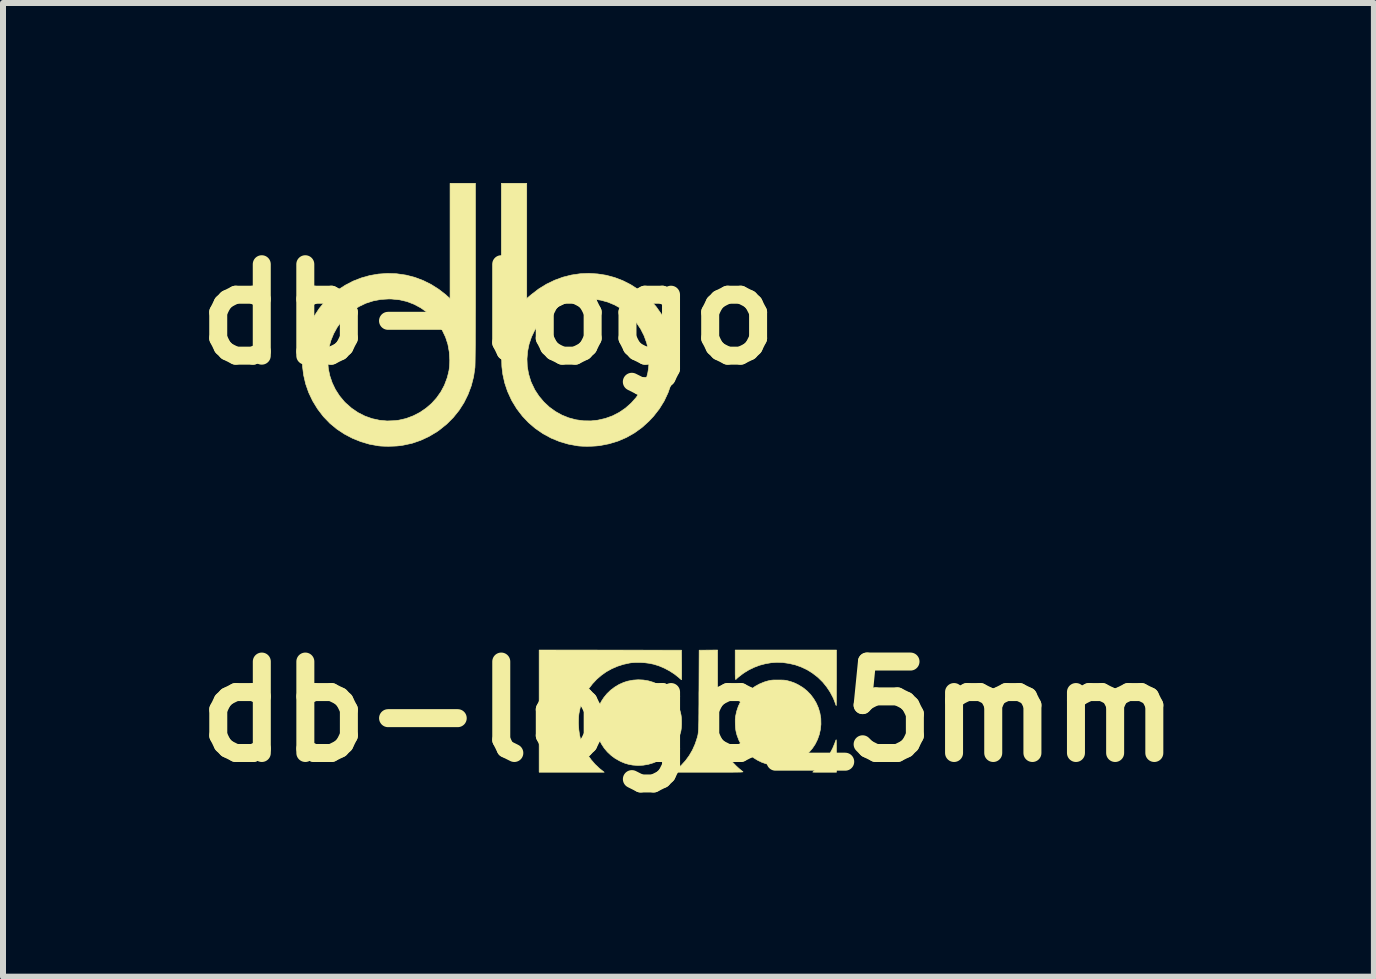
<source format=kicad_pcb>
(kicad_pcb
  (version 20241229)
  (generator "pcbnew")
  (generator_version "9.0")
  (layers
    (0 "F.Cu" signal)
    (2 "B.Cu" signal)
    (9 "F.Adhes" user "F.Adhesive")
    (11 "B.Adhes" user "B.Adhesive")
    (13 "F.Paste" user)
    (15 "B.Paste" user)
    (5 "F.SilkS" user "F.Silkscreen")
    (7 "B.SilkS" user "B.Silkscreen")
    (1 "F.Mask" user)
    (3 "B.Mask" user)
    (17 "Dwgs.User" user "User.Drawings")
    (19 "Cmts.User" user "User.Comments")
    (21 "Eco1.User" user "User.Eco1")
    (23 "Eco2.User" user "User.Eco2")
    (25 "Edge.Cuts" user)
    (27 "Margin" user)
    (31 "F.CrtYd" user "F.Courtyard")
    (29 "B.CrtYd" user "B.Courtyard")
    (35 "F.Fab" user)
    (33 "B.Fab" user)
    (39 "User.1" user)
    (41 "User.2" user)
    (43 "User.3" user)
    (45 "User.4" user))
  (footprint "db-logo_5mm"
    (layer "F.Cu")
    (at 8.426 8.812)
    (property "Reference" "db-logo_5mm" (at 0 0 0) (layer "F.SilkS") (effects (font (size 1.524 1.524) (thickness 0.3))))
    (attr through_hole)
    (fp_poly (pts (xy 2.463 0.474) (xy 2.464 0.49) (xy 2.465 0.514) (xy 2.465 0.547) (xy 2.466 0.587) (xy 2.466 0.632) (xy 2.467 0.683) (xy 2.467 0.737) (xy 2.467 0.739) (xy 2.467 1.01) (xy 2.269 1.01) (xy 2.223 1.01) (xy 2.181 1.01) (xy 2.144 1.01) (xy 2.113 1.01) (xy 2.09 1.009) (xy 2.076 1.009) (xy 2.072 1.008) (xy 2.076 1.004) (xy 2.087 0.995) (xy 2.103 0.982) (xy 2.117 0.971) (xy 2.186 0.912) (xy 2.25 0.845) (xy 2.309 0.771) (xy 2.36 0.694) (xy 2.403 0.613) (xy 2.437 0.532) (xy 2.442 0.518) (xy 2.449 0.496) (xy 2.456 0.48) (xy 2.461 0.47) (xy 2.462 0.469) (xy 2.463 0.474)) (stroke (width 0.01) (type solid)) (fill yes) (layer "F.SilkS"))
    (fp_poly (pts (xy -1.302 -1.026) (xy -0.116 -1.024) (xy -0.114 -0.778) (xy -0.114 -0.726) (xy -0.114 -0.678) (xy -0.114 -0.635) (xy -0.114 -0.598) (xy -0.115 -0.568) (xy -0.115 -0.546) (xy -0.116 -0.533) (xy -0.116 -0.531) (xy -0.121 -0.534) (xy -0.133 -0.544) (xy -0.149 -0.557) (xy -0.158 -0.566) (xy -0.231 -0.624) (xy -0.312 -0.677) (xy -0.398 -0.723) (xy -0.487 -0.761) (xy -0.575 -0.789) (xy -0.579 -0.79) (xy -0.65 -0.805) (xy -0.726 -0.815) (xy -0.804 -0.82) (xy -0.88 -0.82) (xy -0.952 -0.815) (xy -0.979 -0.811) (xy -1.085 -0.788) (xy -1.185 -0.756) (xy -1.281 -0.714) (xy -1.371 -0.664) (xy -1.454 -0.605) (xy -1.531 -0.538) (xy -1.601 -0.463) (xy -1.663 -0.382) (xy -1.716 -0.294) (xy -1.76 -0.2) (xy -1.795 -0.101) (xy -1.806 -0.061) (xy -1.817 -0.011) (xy -1.826 0.036) (xy -1.831 0.083) (xy -1.833 0.132) (xy -1.834 0.189) (xy -1.833 0.216) (xy -1.828 0.301) (xy -1.817 0.38) (xy -1.801 0.453) (xy -1.777 0.526) (xy -1.746 0.599) (xy -1.729 0.634) (xy -1.679 0.723) (xy -1.622 0.803) (xy -1.557 0.878) (xy -1.484 0.947) (xy -1.449 0.975) (xy -1.405 1.01) (xy -2.489 1.01) (xy -2.489 -1.027) (xy -1.302 -1.026)) (stroke (width 0.01) (type solid)) (fill yes) (layer "F.SilkS"))
    (fp_poly (pts (xy 2.467 -0.564) (xy 2.467 -0.493) (xy 2.466 -0.425) (xy 2.466 -0.362) (xy 2.466 -0.303) (xy 2.466 -0.25) (xy 2.466 -0.204) (xy 2.465 -0.166) (xy 2.465 -0.135) (xy 2.464 -0.114) (xy 2.464 -0.103) (xy 2.464 -0.102) (xy 2.459 -0.106) (xy 2.458 -0.109) (xy 2.445 -0.146) (xy 2.434 -0.176) (xy 2.425 -0.199) (xy 2.417 -0.218) (xy 2.409 -0.236) (xy 2.409 -0.236) (xy 2.36 -0.328) (xy 2.303 -0.413) (xy 2.239 -0.492) (xy 2.168 -0.562) (xy 2.148 -0.58) (xy 2.063 -0.645) (xy 1.974 -0.7) (xy 1.88 -0.744) (xy 1.782 -0.779) (xy 1.679 -0.803) (xy 1.57 -0.819) (xy 1.566 -0.819) (xy 1.472 -0.822) (xy 1.377 -0.815) (xy 1.28 -0.798) (xy 1.185 -0.773) (xy 1.093 -0.738) (xy 1.005 -0.695) (xy 0.933 -0.651) (xy 0.907 -0.633) (xy 0.879 -0.612) (xy 0.852 -0.591) (xy 0.827 -0.571) (xy 0.808 -0.554) (xy 0.802 -0.548) (xy 0.796 -0.542) (xy 0.792 -0.538) (xy 0.788 -0.536) (xy 0.785 -0.538) (xy 0.783 -0.543) (xy 0.781 -0.554) (xy 0.78 -0.57) (xy 0.78 -0.593) (xy 0.779 -0.624) (xy 0.779 -0.663) (xy 0.779 -0.712) (xy 0.779 -0.771) (xy 0.779 -1.027) (xy 2.467 -1.027) (xy 2.467 -0.564)) (stroke (width 0.01) (type solid)) (fill yes) (layer "F.SilkS"))
    (fp_poly (pts (xy -0.752 -0.527) (xy -0.669 -0.513) (xy -0.588 -0.489) (xy -0.512 -0.457) (xy -0.44 -0.416) (xy -0.373 -0.366) (xy -0.312 -0.309) (xy -0.257 -0.245) (xy -0.21 -0.174) (xy -0.171 -0.097) (xy -0.141 -0.014) (xy -0.124 0.056) (xy -0.12 0.086) (xy -0.117 0.123) (xy -0.116 0.165) (xy -0.116 0.209) (xy -0.118 0.251) (xy -0.121 0.289) (xy -0.126 0.32) (xy -0.126 0.322) (xy -0.151 0.411) (xy -0.186 0.496) (xy -0.231 0.576) (xy -0.239 0.587) (xy -0.262 0.618) (xy -0.292 0.652) (xy -0.326 0.687) (xy -0.361 0.721) (xy -0.396 0.751) (xy -0.426 0.773) (xy -0.502 0.818) (xy -0.584 0.853) (xy -0.668 0.878) (xy -0.755 0.893) (xy -0.842 0.897) (xy -0.928 0.891) (xy -0.94 0.889) (xy -1.002 0.877) (xy -1.06 0.86) (xy -1.118 0.836) (xy -1.143 0.824) (xy -1.22 0.781) (xy -1.289 0.73) (xy -1.351 0.672) (xy -1.405 0.608) (xy -1.45 0.539) (xy -1.487 0.466) (xy -1.515 0.389) (xy -1.534 0.31) (xy -1.544 0.229) (xy -1.545 0.147) (xy -1.536 0.065) (xy -1.518 -0.016) (xy -1.489 -0.096) (xy -1.451 -0.173) (xy -1.411 -0.234) (xy -1.358 -0.299) (xy -1.297 -0.358) (xy -1.229 -0.409) (xy -1.156 -0.453) (xy -1.079 -0.487) (xy -1.013 -0.508) (xy -0.925 -0.525) (xy -0.838 -0.531) (xy -0.752 -0.527)) (stroke (width 0.01) (type solid)) (fill yes) (layer "F.SilkS"))
    (fp_poly (pts (xy 1.533 -0.527) (xy 1.564 -0.526) (xy 1.589 -0.525) (xy 1.61 -0.523) (xy 1.629 -0.52) (xy 1.65 -0.515) (xy 1.654 -0.514) (xy 1.708 -0.499) (xy 1.757 -0.482) (xy 1.805 -0.46) (xy 1.83 -0.447) (xy 1.905 -0.402) (xy 1.973 -0.348) (xy 2.034 -0.286) (xy 2.086 -0.217) (xy 2.13 -0.143) (xy 2.165 -0.063) (xy 2.19 0.02) (xy 2.205 0.107) (xy 2.206 0.121) (xy 2.208 0.21) (xy 2.199 0.298) (xy 2.18 0.382) (xy 2.151 0.464) (xy 2.113 0.541) (xy 2.065 0.613) (xy 2.009 0.678) (xy 1.945 0.737) (xy 1.893 0.775) (xy 1.822 0.817) (xy 1.751 0.85) (xy 1.675 0.875) (xy 1.637 0.884) (xy 1.617 0.887) (xy 1.589 0.89) (xy 1.557 0.892) (xy 1.522 0.894) (xy 1.488 0.896) (xy 1.457 0.896) (xy 1.432 0.896) (xy 1.417 0.894) (xy 1.404 0.892) (xy 1.385 0.889) (xy 1.363 0.886) (xy 1.292 0.869) (xy 1.219 0.843) (xy 1.148 0.808) (xy 1.08 0.766) (xy 1.018 0.718) (xy 0.993 0.694) (xy 0.933 0.628) (xy 0.882 0.556) (xy 0.841 0.478) (xy 0.809 0.393) (xy 0.796 0.344) (xy 0.789 0.309) (xy 0.784 0.266) (xy 0.781 0.218) (xy 0.78 0.171) (xy 0.78 0.126) (xy 0.784 0.088) (xy 0.784 0.084) (xy 0.803 -0.005) (xy 0.831 -0.089) (xy 0.869 -0.168) (xy 0.918 -0.242) (xy 0.976 -0.31) (xy 0.978 -0.312) (xy 1.042 -0.371) (xy 1.111 -0.421) (xy 1.184 -0.461) (xy 1.264 -0.494) (xy 1.325 -0.512) (xy 1.348 -0.517) (xy 1.367 -0.521) (xy 1.385 -0.524) (xy 1.406 -0.526) (xy 1.43 -0.527) (xy 1.462 -0.527) (xy 1.493 -0.527) (xy 1.533 -0.527)) (stroke (width 0.01) (type solid)) (fill yes) (layer "F.SilkS"))
    (fp_poly (pts (xy 0.485 -0.404) (xy 0.485 -0.301) (xy 0.486 -0.209) (xy 0.486 -0.127) (xy 0.486 -0.054) (xy 0.486 0.011) (xy 0.487 0.068) (xy 0.487 0.117) (xy 0.488 0.161) (xy 0.489 0.198) (xy 0.49 0.231) (xy 0.492 0.259) (xy 0.493 0.284) (xy 0.495 0.306) (xy 0.497 0.325) (xy 0.5 0.344) (xy 0.503 0.361) (xy 0.506 0.378) (xy 0.509 0.392) (xy 0.53 0.472) (xy 0.559 0.555) (xy 0.595 0.635) (xy 0.638 0.712) (xy 0.684 0.782) (xy 0.708 0.813) (xy 0.732 0.84) (xy 0.761 0.87) (xy 0.792 0.902) (xy 0.824 0.932) (xy 0.852 0.957) (xy 0.861 0.964) (xy 0.879 0.979) (xy 0.896 0.992) (xy 0.906 1.001) (xy 0.909 1.003) (xy 0.908 1.004) (xy 0.904 1.005) (xy 0.896 1.006) (xy 0.883 1.007) (xy 0.864 1.008) (xy 0.839 1.008) (xy 0.808 1.009) (xy 0.77 1.009) (xy 0.724 1.01) (xy 0.669 1.01) (xy 0.606 1.01) (xy 0.533 1.01) (xy 0.45 1.01) (xy 0.357 1.01) (xy 0.331 1.01) (xy -0.254 1.01) (xy -0.198 0.965) (xy -0.12 0.895) (xy -0.049 0.817) (xy 0.013 0.732) (xy 0.066 0.641) (xy 0.109 0.545) (xy 0.136 0.467) (xy 0.141 0.449) (xy 0.146 0.434) (xy 0.15 0.419) (xy 0.154 0.405) (xy 0.157 0.391) (xy 0.16 0.375) (xy 0.162 0.359) (xy 0.164 0.34) (xy 0.166 0.318) (xy 0.168 0.292) (xy 0.169 0.262) (xy 0.17 0.227) (xy 0.171 0.187) (xy 0.172 0.14) (xy 0.172 0.086) (xy 0.173 0.025) (xy 0.173 -0.045) (xy 0.174 -0.124) (xy 0.174 -0.212) (xy 0.174 -0.311) (xy 0.175 -0.353) (xy 0.178 -1.024) (xy 0.485 -1.027) (xy 0.485 -0.404)) (stroke (width 0.01) (type solid)) (fill yes) (layer "F.SilkS")))
  (footprint "db-logo"
    (layer "F.Cu")
    (at 5.087 2.189)
    (property "Reference" "db-logo" (at 0 0 0) (layer "F.SilkS") (effects (font (size 1.524 1.524) (thickness 0.3))))
    (attr through_hole)
    (fp_poly (pts (xy -0.212 -0.696) (xy -0.212 -0.486) (xy -0.212 -0.289) (xy -0.212 -0.106) (xy -0.213 0.062) (xy -0.213 0.215) (xy -0.214 0.353) (xy -0.214 0.476) (xy -0.215 0.583) (xy -0.216 0.675) (xy -0.217 0.751) (xy -0.218 0.811) (xy -0.219 0.854) (xy -0.22 0.88) (xy -0.22 0.885) (xy -0.243 1.042) (xy -0.282 1.193) (xy -0.336 1.337) (xy -0.404 1.474) (xy -0.486 1.602) (xy -0.582 1.721) (xy -0.691 1.83) (xy -0.813 1.928) (xy -0.854 1.957) (xy -0.988 2.037) (xy -1.126 2.101) (xy -1.269 2.15) (xy -1.419 2.182) (xy -1.465 2.189) (xy -1.522 2.195) (xy -1.589 2.198) (xy -1.66 2.2) (xy -1.729 2.199) (xy -1.791 2.196) (xy -1.829 2.192) (xy -1.979 2.165) (xy -2.124 2.122) (xy -2.265 2.065) (xy -2.398 1.995) (xy -2.523 1.912) (xy -2.637 1.818) (xy -2.739 1.712) (xy -2.749 1.701) (xy -2.845 1.575) (xy -2.926 1.442) (xy -2.992 1.303) (xy -3.042 1.16) (xy -3.076 1.013) (xy -3.095 0.863) (xy -3.096 0.789) (xy -2.674 0.789) (xy -2.664 0.908) (xy -2.639 1.026) (xy -2.6 1.141) (xy -2.547 1.252) (xy -2.479 1.358) (xy -2.397 1.457) (xy -2.376 1.478) (xy -2.277 1.565) (xy -2.17 1.638) (xy -2.056 1.696) (xy -1.936 1.739) (xy -1.812 1.766) (xy -1.684 1.778) (xy -1.554 1.773) (xy -1.49 1.765) (xy -1.367 1.737) (xy -1.25 1.693) (xy -1.139 1.636) (xy -1.036 1.566) (xy -0.942 1.485) (xy -0.859 1.393) (xy -0.787 1.291) (xy -0.729 1.182) (xy -0.685 1.065) (xy -0.682 1.056) (xy -0.665 0.99) (xy -0.652 0.933) (xy -0.645 0.878) (xy -0.641 0.818) (xy -0.64 0.762) (xy -0.648 0.629) (xy -0.671 0.501) (xy -0.71 0.381) (xy -0.765 0.266) (xy -0.835 0.158) (xy -0.918 0.06) (xy -1.016 -0.031) (xy -1.122 -0.107) (xy -1.234 -0.167) (xy -1.353 -0.213) (xy -1.478 -0.242) (xy -1.609 -0.255) (xy -1.655 -0.256) (xy -1.788 -0.248) (xy -1.915 -0.224) (xy -2.037 -0.185) (xy -2.152 -0.13) (xy -2.257 -0.062) (xy -2.357 0.022) (xy -2.443 0.115) (xy -2.516 0.216) (xy -2.575 0.323) (xy -2.621 0.435) (xy -2.653 0.551) (xy -2.671 0.669) (xy -2.674 0.789) (xy -3.096 0.789) (xy -3.097 0.711) (xy -3.083 0.559) (xy -3.053 0.406) (xy -3.023 0.304) (xy -2.967 0.161) (xy -2.897 0.027) (xy -2.815 -0.098) (xy -2.721 -0.212) (xy -2.616 -0.315) (xy -2.503 -0.407) (xy -2.38 -0.486) (xy -2.251 -0.553) (xy -2.115 -0.606) (xy -1.973 -0.646) (xy -1.827 -0.671) (xy -1.678 -0.681) (xy -1.526 -0.676) (xy -1.373 -0.654) (xy -1.363 -0.652) (xy -1.221 -0.615) (xy -1.081 -0.562) (xy -0.947 -0.495) (xy -0.82 -0.414) (xy -0.703 -0.323) (xy -0.694 -0.314) (xy -0.635 -0.261) (xy -0.635 -2.184) (xy -0.212 -2.184) (xy -0.212 -0.696)) (stroke (width 0.01) (type solid)) (fill yes) (layer "F.SilkS"))
    (fp_poly (pts (xy 0.643 -0.263) (xy 0.719 -0.328) (xy 0.843 -0.423) (xy 0.973 -0.503) (xy 1.108 -0.568) (xy 1.247 -0.619) (xy 1.39 -0.655) (xy 1.534 -0.676) (xy 1.679 -0.682) (xy 1.824 -0.673) (xy 1.967 -0.651) (xy 2.108 -0.613) (xy 2.244 -0.561) (xy 2.376 -0.494) (xy 2.502 -0.413) (xy 2.621 -0.318) (xy 2.693 -0.248) (xy 2.797 -0.131) (xy 2.885 -0.007) (xy 2.959 0.125) (xy 3.019 0.266) (xy 3.065 0.416) (xy 3.092 0.542) (xy 3.097 0.588) (xy 3.101 0.646) (xy 3.103 0.712) (xy 3.103 0.783) (xy 3.101 0.853) (xy 3.097 0.918) (xy 3.091 0.974) (xy 3.087 1.003) (xy 3.05 1.159) (xy 2.999 1.306) (xy 2.934 1.445) (xy 2.853 1.576) (xy 2.757 1.699) (xy 2.679 1.782) (xy 2.563 1.887) (xy 2.438 1.977) (xy 2.304 2.053) (xy 2.164 2.113) (xy 2.016 2.158) (xy 1.863 2.188) (xy 1.856 2.189) (xy 1.793 2.195) (xy 1.722 2.199) (xy 1.648 2.2) (xy 1.577 2.199) (xy 1.514 2.195) (xy 1.49 2.192) (xy 1.337 2.164) (xy 1.19 2.121) (xy 1.049 2.063) (xy 0.915 1.99) (xy 0.79 1.905) (xy 0.675 1.807) (xy 0.571 1.697) (xy 0.478 1.576) (xy 0.398 1.445) (xy 0.386 1.422) (xy 0.323 1.284) (xy 0.276 1.144) (xy 0.244 0.999) (xy 0.229 0.877) (xy 0.228 0.857) (xy 0.227 0.82) (xy 0.226 0.767) (xy 0.225 0.744) (xy 0.647 0.744) (xy 0.652 0.87) (xy 0.674 0.995) (xy 0.711 1.117) (xy 0.722 1.143) (xy 0.778 1.26) (xy 0.848 1.366) (xy 0.929 1.462) (xy 1.02 1.547) (xy 1.121 1.62) (xy 1.229 1.68) (xy 1.343 1.726) (xy 1.463 1.758) (xy 1.587 1.775) (xy 1.714 1.777) (xy 1.826 1.765) (xy 1.953 1.736) (xy 2.073 1.693) (xy 2.185 1.635) (xy 2.289 1.564) (xy 2.383 1.481) (xy 2.467 1.387) (xy 2.538 1.283) (xy 2.597 1.17) (xy 2.642 1.049) (xy 2.66 0.982) (xy 2.672 0.91) (xy 2.68 0.829) (xy 2.682 0.745) (xy 2.679 0.665) (xy 2.672 0.606) (xy 2.643 0.478) (xy 2.599 0.357) (xy 2.543 0.246) (xy 2.475 0.144) (xy 2.397 0.052) (xy 2.308 -0.029) (xy 2.211 -0.099) (xy 2.107 -0.157) (xy 1.996 -0.203) (xy 1.881 -0.235) (xy 1.761 -0.253) (xy 1.638 -0.257) (xy 1.513 -0.246) (xy 1.388 -0.219) (xy 1.289 -0.187) (xy 1.182 -0.137) (xy 1.078 -0.071) (xy 0.981 0.007) (xy 0.929 0.059) (xy 0.846 0.158) (xy 0.776 0.265) (xy 0.722 0.378) (xy 0.682 0.497) (xy 0.657 0.62) (xy 0.647 0.744) (xy 0.225 0.744) (xy 0.225 0.7) (xy 0.224 0.617) (xy 0.223 0.521) (xy 0.223 0.412) (xy 0.222 0.289) (xy 0.221 0.155) (xy 0.221 0.009) (xy 0.221 -0.148) (xy 0.22 -0.315) (xy 0.22 -0.492) (xy 0.22 -0.679) (xy 0.22 -0.701) (xy 0.22 -2.184) (xy 0.643 -2.184) (xy 0.643 -0.263)) (stroke (width 0.01) (type solid)) (fill yes) (layer "F.SilkS")))
  (gr_rect
    (start -3 -3)
    (end 19.851 13.23)
    (stroke (width 0.1) (type default))
    (fill no)
    (layer "Edge.Cuts")))
</source>
